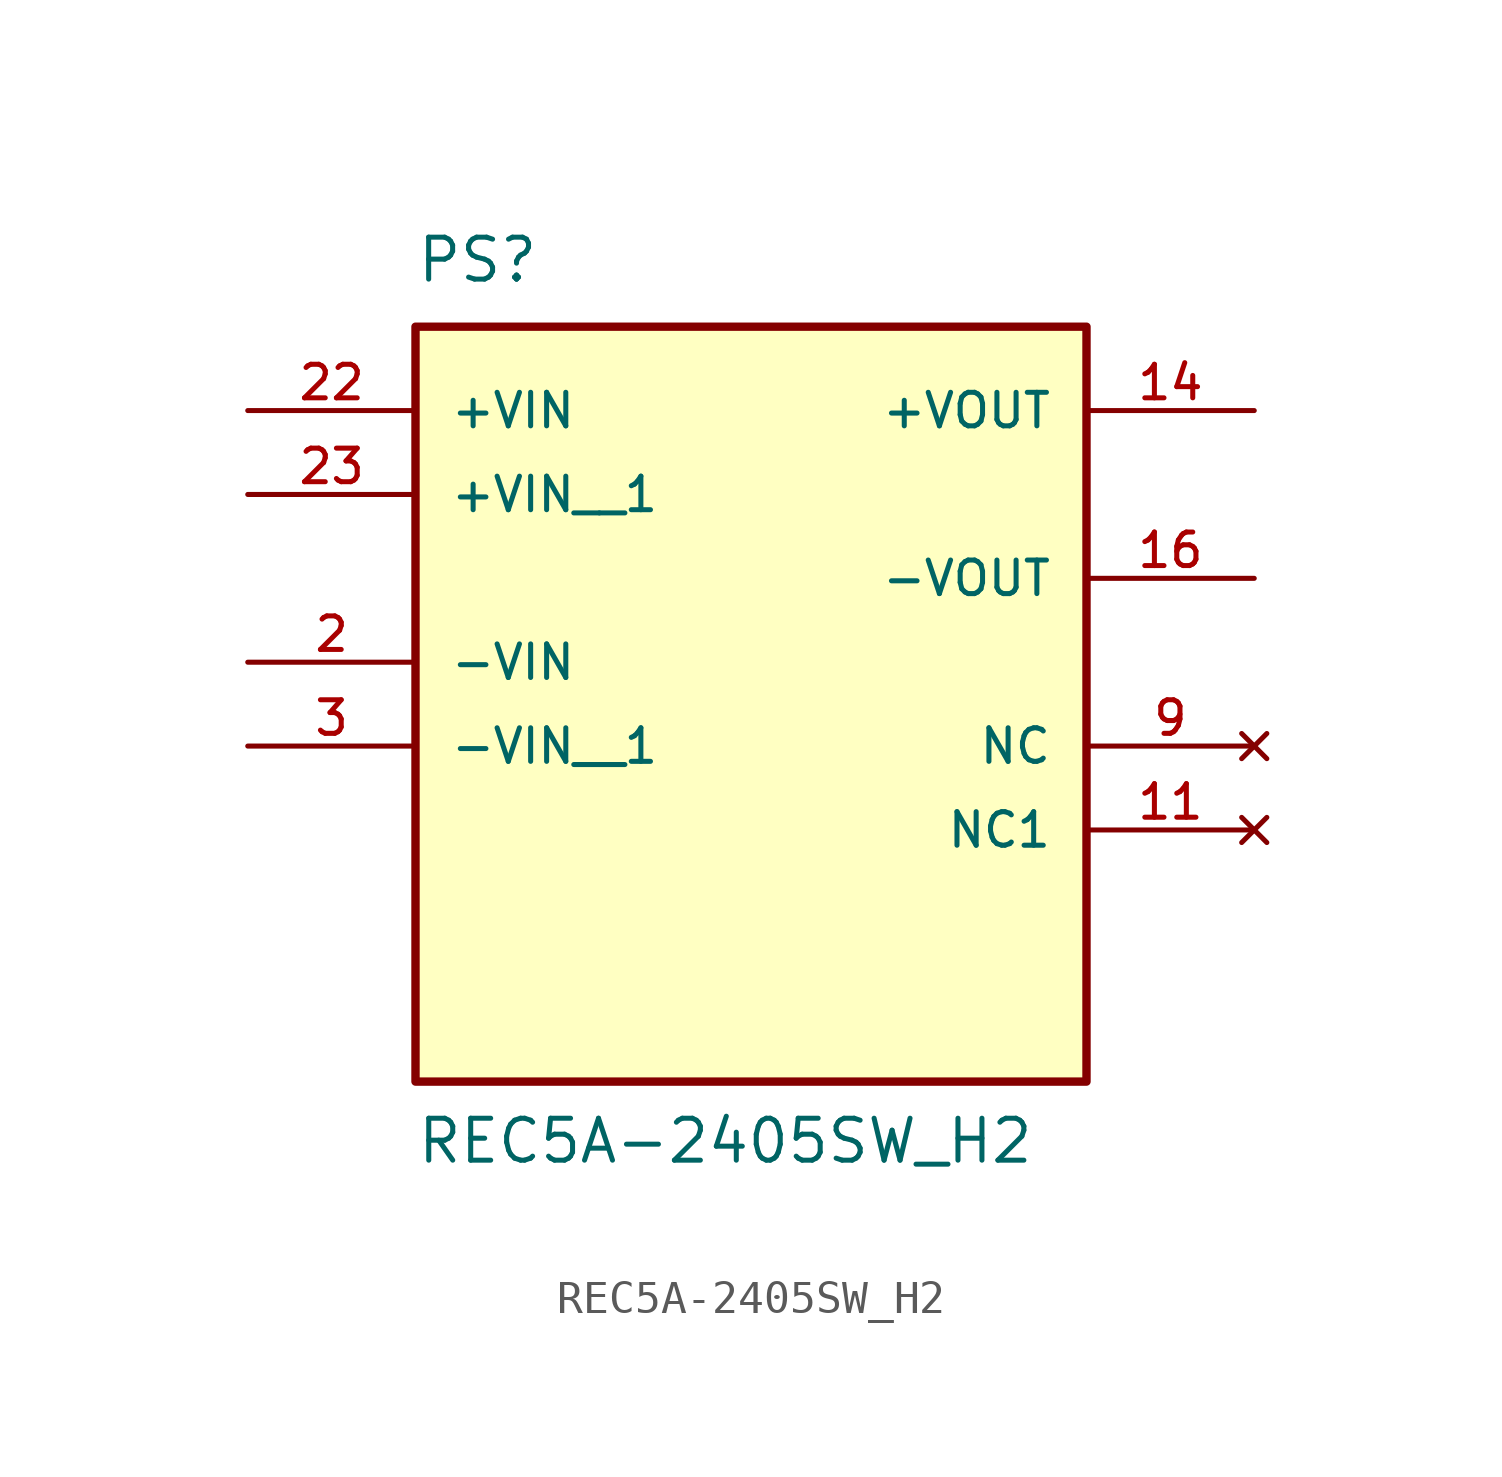
<source format=kicad_sym>
(kicad_symbol_lib
  (version 20211014)
  (generator kicad_symbol_editor)
  (symbol "REC5A-2405SW_H2"
    (pin_names
      (offset 1.016))
    (property "Reference" "PS"
      (at -10.164 8.898 0)
      (effects (font (size 1.27 1.27)) (justify bottom left)))
    (property "Value" "REC5A-2405SW_H2"
      (at -10.161 -17.783 0)
      (effects (font (size 1.27 1.27)) (justify bottom left)))
    (symbol "REC5A-2405SW_H2_0_0"
      (rectangle (start -10.16 -15.24) (end 10.16 7.62) (stroke (width 0.254)) (fill (type background)))
      (pin input line (at -15.24 5.08 0) (length 5.08) (name "+VIN" (effects (font (size 1.016 1.016)))) (number "22" (effects (font (size 1.016 1.016)))))
      (pin output line (at 15.24 5.08 180.0) (length 5.08) (name "+VOUT" (effects (font (size 1.016 1.016)))) (number "14" (effects (font (size 1.016 1.016)))))
      (pin output line (at 15.24 0.0 180.0) (length 5.08) (name "-VOUT" (effects (font (size 1.016 1.016)))) (number "16" (effects (font (size 1.016 1.016)))))
      (pin input line (at -15.24 -2.54 0) (length 5.08) (name "-VIN" (effects (font (size 1.016 1.016)))) (number "2" (effects (font (size 1.016 1.016)))))
      (pin no_connect line (at 15.24 -5.08 180.0) (length 5.08) (name "NC" (effects (font (size 1.016 1.016)))) (number "9" (effects (font (size 1.016 1.016)))))
      (pin no_connect line (at 15.24 -7.62 180.0) (length 5.08) (name "NC1" (effects (font (size 1.016 1.016)))) (number "11" (effects (font (size 1.016 1.016)))))
      (pin input line (at -15.24 2.54 0) (length 5.08) (name "+VIN__1" (effects (font (size 1.016 1.016)))) (number "23" (effects (font (size 1.016 1.016)))))
      (pin input line (at -15.24 -5.08 0) (length 5.08) (name "-VIN__1" (effects (font (size 1.016 1.016)))) (number "3" (effects (font (size 1.016 1.016))))))))
</source>
